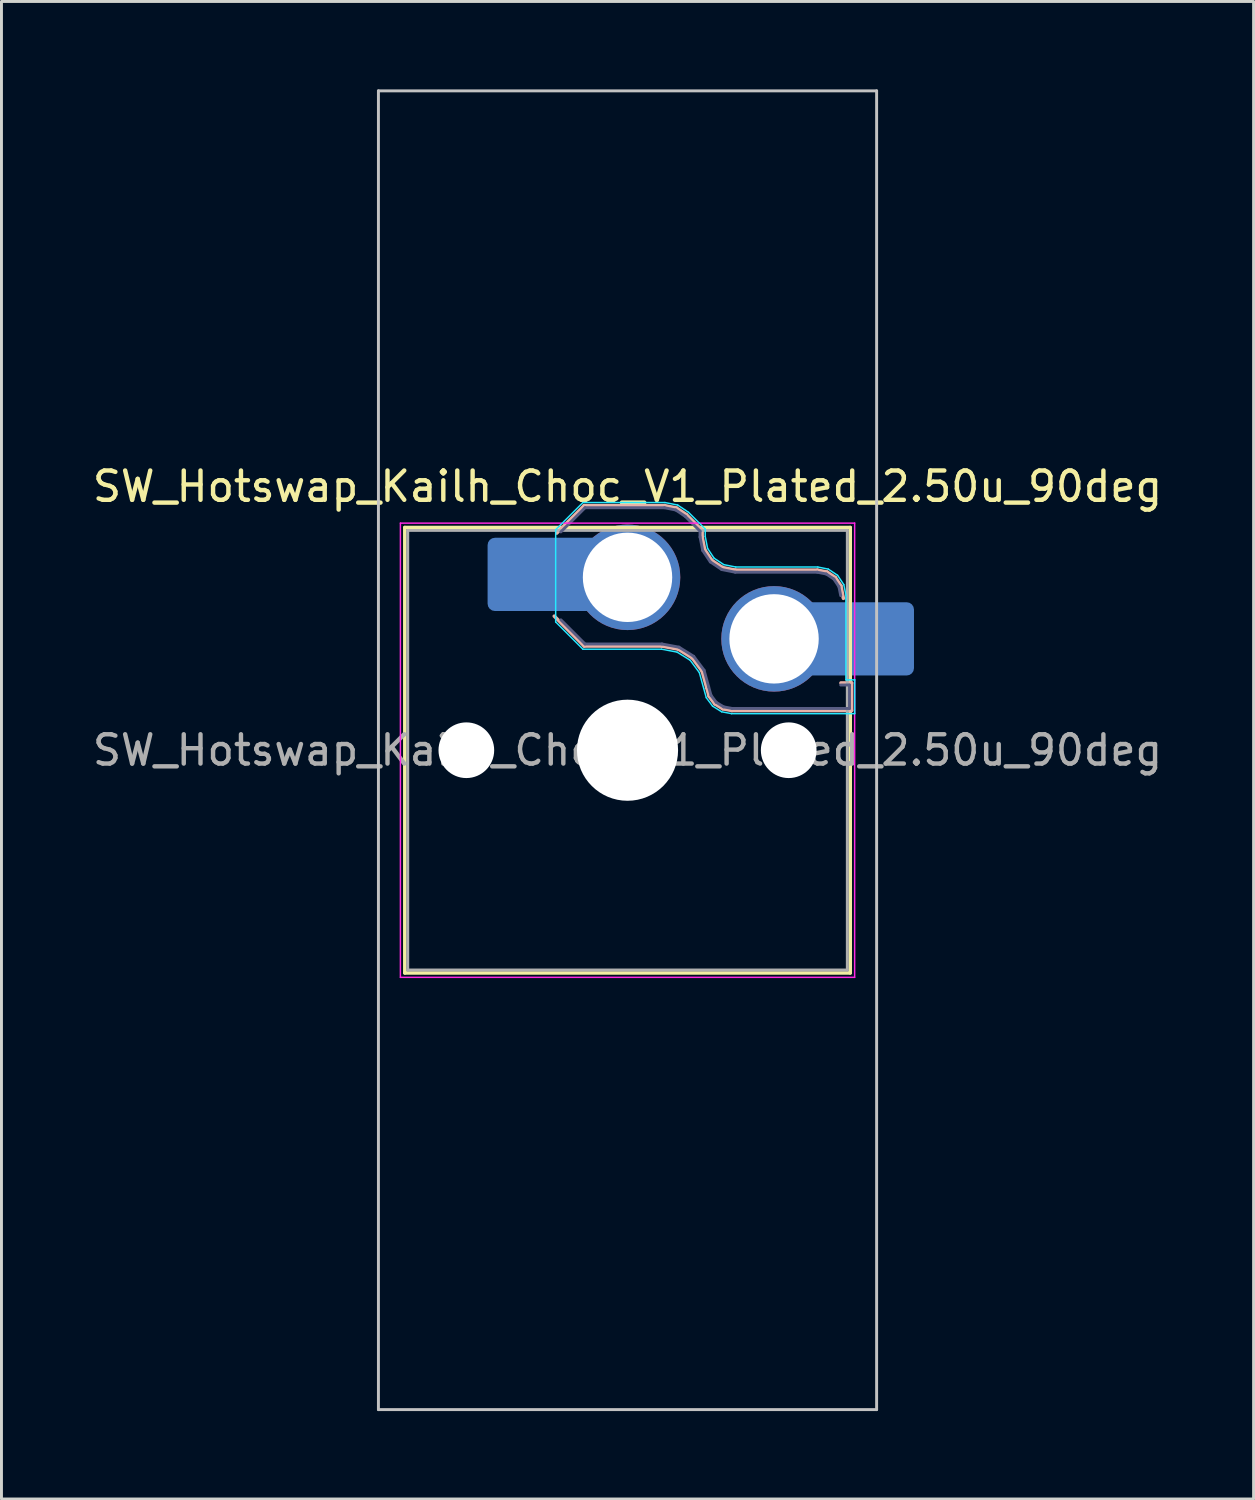
<source format=kicad_pcb>
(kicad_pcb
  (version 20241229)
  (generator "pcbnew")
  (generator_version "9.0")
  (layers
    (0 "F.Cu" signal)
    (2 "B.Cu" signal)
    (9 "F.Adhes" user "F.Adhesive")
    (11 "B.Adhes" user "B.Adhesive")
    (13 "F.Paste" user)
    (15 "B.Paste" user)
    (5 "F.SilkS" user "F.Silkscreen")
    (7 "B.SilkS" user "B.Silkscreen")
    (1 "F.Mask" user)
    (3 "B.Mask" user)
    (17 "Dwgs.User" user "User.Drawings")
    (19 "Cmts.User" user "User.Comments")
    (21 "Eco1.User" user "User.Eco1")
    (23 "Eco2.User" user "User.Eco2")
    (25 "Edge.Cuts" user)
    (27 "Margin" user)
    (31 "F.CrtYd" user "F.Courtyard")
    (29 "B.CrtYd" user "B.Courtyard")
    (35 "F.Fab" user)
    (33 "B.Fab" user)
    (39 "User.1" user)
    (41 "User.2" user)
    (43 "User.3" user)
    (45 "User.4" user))
  (footprint "SW_Hotswap_Kailh_Choc_V1_Plated_2.50u_90deg"
    (layer "F.Cu")
    (at 18.363 22.55)
    (property "Reference" "SW_Hotswap_Kailh_Choc_V1_Plated_2.50u_90deg" (at 0 -9 0) (layer "F.SilkS") (effects (font (size 1 1) (thickness 0.15))))
    (attr smd)
    (fp_line (start -7.6 -7.6) (end -7.6 7.6) (stroke (width 0.12) (type solid)) (layer "F.SilkS"))
    (fp_line (start -7.6 7.6) (end 7.6 7.6) (stroke (width 0.12) (type solid)) (layer "F.SilkS"))
    (fp_line (start 7.6 -7.6) (end -7.6 -7.6) (stroke (width 0.12) (type solid)) (layer "F.SilkS"))
    (fp_line (start 7.6 7.6) (end 7.6 -7.6) (stroke (width 0.12) (type solid)) (layer "F.SilkS"))
    (fp_line (start -2.416 -7.409) (end -1.479 -8.346) (stroke (width 0.12) (type solid)) (layer "B.SilkS"))
    (fp_line (start -1.479 -8.346) (end 1.268 -8.346) (stroke (width 0.12) (type solid)) (layer "B.SilkS"))
    (fp_line (start -1.479 -3.554) (end -2.5 -4.575) (stroke (width 0.12) (type solid)) (layer "B.SilkS"))
    (fp_line (start 1.168 -3.554) (end -1.479 -3.554) (stroke (width 0.12) (type solid)) (layer "B.SilkS"))
    (fp_line (start 1.268 -8.346) (end 1.671 -8.266) (stroke (width 0.12) (type solid)) (layer "B.SilkS"))
    (fp_line (start 1.671 -8.266) (end 2.013 -8.037) (stroke (width 0.12) (type solid)) (layer "B.SilkS"))
    (fp_line (start 1.73 -3.449) (end 1.168 -3.554) (stroke (width 0.12) (type solid)) (layer "B.SilkS"))
    (fp_line (start 2.013 -8.037) (end 2.546 -7.504) (stroke (width 0.12) (type solid)) (layer "B.SilkS"))
    (fp_line (start 2.209 -3.15) (end 1.73 -3.449) (stroke (width 0.12) (type solid)) (layer "B.SilkS"))
    (fp_line (start 2.546 -7.504) (end 2.546 -7.282) (stroke (width 0.12) (type solid)) (layer "B.SilkS"))
    (fp_line (start 2.546 -7.282) (end 2.633 -6.844) (stroke (width 0.12) (type solid)) (layer "B.SilkS"))
    (fp_line (start 2.547 -2.697) (end 2.209 -3.15) (stroke (width 0.12) (type solid)) (layer "B.SilkS"))
    (fp_line (start 2.633 -6.844) (end 2.877 -6.477) (stroke (width 0.12) (type solid)) (layer "B.SilkS"))
    (fp_line (start 2.701 -2.139) (end 2.547 -2.697) (stroke (width 0.12) (type solid)) (layer "B.SilkS"))
    (fp_line (start 2.783 -1.841) (end 2.701 -2.139) (stroke (width 0.12) (type solid)) (layer "B.SilkS"))
    (fp_line (start 2.877 -6.477) (end 3.244 -6.233) (stroke (width 0.12) (type solid)) (layer "B.SilkS"))
    (fp_line (start 2.976 -1.583) (end 2.783 -1.841) (stroke (width 0.12) (type solid)) (layer "B.SilkS"))
    (fp_line (start 3.244 -6.233) (end 3.682 -6.146) (stroke (width 0.12) (type solid)) (layer "B.SilkS"))
    (fp_line (start 3.25 -1.413) (end 2.976 -1.583) (stroke (width 0.12) (type solid)) (layer "B.SilkS"))
    (fp_line (start 3.56 -1.354) (end 3.25 -1.413) (stroke (width 0.12) (type solid)) (layer "B.SilkS"))
    (fp_line (start 3.682 -6.146) (end 6.482 -6.146) (stroke (width 0.12) (type solid)) (layer "B.SilkS"))
    (fp_line (start 6.482 -6.146) (end 6.809 -6.081) (stroke (width 0.12) (type solid)) (layer "B.SilkS"))
    (fp_line (start 6.809 -6.081) (end 7.092 -5.892) (stroke (width 0.12) (type solid)) (layer "B.SilkS"))
    (fp_line (start 7.092 -5.892) (end 7.281 -5.609) (stroke (width 0.12) (type solid)) (layer "B.SilkS"))
    (fp_line (start 7.281 -5.609) (end 7.366 -5.182) (stroke (width 0.12) (type solid)) (layer "B.SilkS"))
    (fp_line (start 7.283 -2.296) (end 7.646 -2.296) (stroke (width 0.12) (type solid)) (layer "B.SilkS"))
    (fp_line (start 7.646 -2.296) (end 7.646 -1.354) (stroke (width 0.12) (type solid)) (layer "B.SilkS"))
    (fp_line (start 7.646 -1.354) (end 3.56 -1.354) (stroke (width 0.12) (type solid)) (layer "B.SilkS"))
    (fp_line (start -8.5 -22.5) (end 8.5 -22.5) (stroke (width 0.1) (type solid)) (layer "Dwgs.User"))
    (fp_line (start -8.5 22.5) (end -8.5 -22.5) (stroke (width 0.1) (type solid)) (layer "Dwgs.User"))
    (fp_line (start 8.5 -22.5) (end 8.5 22.5) (stroke (width 0.1) (type solid)) (layer "Dwgs.User"))
    (fp_line (start 8.5 22.5) (end -8.5 22.5) (stroke (width 0.1) (type solid)) (layer "Dwgs.User"))
    (fp_line (start -7.25 -7.25) (end -7.25 7.25) (stroke (width 0.1) (type solid)) (layer "Eco1.User"))
    (fp_line (start -7.25 7.25) (end 7.25 7.25) (stroke (width 0.1) (type solid)) (layer "Eco1.User"))
    (fp_line (start 7.25 -7.25) (end -7.25 -7.25) (stroke (width 0.1) (type solid)) (layer "Eco1.User"))
    (fp_line (start 7.25 7.25) (end 7.25 -7.25) (stroke (width 0.1) (type solid)) (layer "Eco1.User"))
    (fp_line (start -2.452 -7.523) (end -1.523 -8.452) (stroke (width 0.05) (type solid)) (layer "B.CrtYd"))
    (fp_line (start -2.452 -4.377) (end -2.452 -7.523) (stroke (width 0.05) (type solid)) (layer "B.CrtYd"))
    (fp_line (start -1.523 -8.452) (end 1.278 -8.452) (stroke (width 0.05) (type solid)) (layer "B.CrtYd"))
    (fp_line (start -1.523 -3.448) (end -2.452 -4.377) (stroke (width 0.05) (type solid)) (layer "B.CrtYd"))
    (fp_line (start 1.159 -3.448) (end -1.523 -3.448) (stroke (width 0.05) (type solid)) (layer "B.CrtYd"))
    (fp_line (start 1.278 -8.452) (end 1.712 -8.366) (stroke (width 0.05) (type solid)) (layer "B.CrtYd"))
    (fp_line (start 1.691 -3.348) (end 1.159 -3.448) (stroke (width 0.05) (type solid)) (layer "B.CrtYd"))
    (fp_line (start 1.712 -8.366) (end 2.081 -8.119) (stroke (width 0.05) (type solid)) (layer "B.CrtYd"))
    (fp_line (start 2.081 -8.119) (end 2.652 -7.548) (stroke (width 0.05) (type solid)) (layer "B.CrtYd"))
    (fp_line (start 2.136 -3.071) (end 1.691 -3.348) (stroke (width 0.05) (type solid)) (layer "B.CrtYd"))
    (fp_line (start 2.45 -2.65) (end 2.136 -3.071) (stroke (width 0.05) (type solid)) (layer "B.CrtYd"))
    (fp_line (start 2.599 -2.111) (end 2.45 -2.65) (stroke (width 0.05) (type solid)) (layer "B.CrtYd"))
    (fp_line (start 2.652 -7.548) (end 2.652 -7.292) (stroke (width 0.05) (type solid)) (layer "B.CrtYd"))
    (fp_line (start 2.652 -7.292) (end 2.733 -6.885) (stroke (width 0.05) (type solid)) (layer "B.CrtYd"))
    (fp_line (start 2.687 -1.794) (end 2.599 -2.111) (stroke (width 0.05) (type solid)) (layer "B.CrtYd"))
    (fp_line (start 2.733 -6.885) (end 2.953 -6.553) (stroke (width 0.05) (type solid)) (layer "B.CrtYd"))
    (fp_line (start 2.903 -1.503) (end 2.687 -1.794) (stroke (width 0.05) (type solid)) (layer "B.CrtYd"))
    (fp_line (start 2.953 -6.553) (end 3.285 -6.333) (stroke (width 0.05) (type solid)) (layer "B.CrtYd"))
    (fp_line (start 3.211 -1.312) (end 2.903 -1.503) (stroke (width 0.05) (type solid)) (layer "B.CrtYd"))
    (fp_line (start 3.285 -6.333) (end 3.692 -6.252) (stroke (width 0.05) (type solid)) (layer "B.CrtYd"))
    (fp_line (start 3.55 -1.248) (end 3.211 -1.312) (stroke (width 0.05) (type solid)) (layer "B.CrtYd"))
    (fp_line (start 3.692 -6.252) (end 6.492 -6.252) (stroke (width 0.05) (type solid)) (layer "B.CrtYd"))
    (fp_line (start 6.492 -6.252) (end 6.85 -6.181) (stroke (width 0.05) (type solid)) (layer "B.CrtYd"))
    (fp_line (start 6.85 -6.181) (end 7.168 -5.968) (stroke (width 0.05) (type solid)) (layer "B.CrtYd"))
    (fp_line (start 7.168 -5.968) (end 7.381 -5.65) (stroke (width 0.05) (type solid)) (layer "B.CrtYd"))
    (fp_line (start 7.381 -5.65) (end 7.452 -5.292) (stroke (width 0.05) (type solid)) (layer "B.CrtYd"))
    (fp_line (start 7.452 -5.292) (end 7.452 -2.402) (stroke (width 0.05) (type solid)) (layer "B.CrtYd"))
    (fp_line (start 7.452 -2.402) (end 7.752 -2.402) (stroke (width 0.05) (type solid)) (layer "B.CrtYd"))
    (fp_line (start 7.752 -2.402) (end 7.752 -1.248) (stroke (width 0.05) (type solid)) (layer "B.CrtYd"))
    (fp_line (start 7.752 -1.248) (end 3.55 -1.248) (stroke (width 0.05) (type solid)) (layer "B.CrtYd"))
    (fp_line (start -7.75 -7.75) (end -7.75 7.75) (stroke (width 0.05) (type solid)) (layer "F.CrtYd"))
    (fp_line (start -7.75 7.75) (end 7.75 7.75) (stroke (width 0.05) (type solid)) (layer "F.CrtYd"))
    (fp_line (start 7.75 -7.75) (end -7.75 -7.75) (stroke (width 0.05) (type solid)) (layer "F.CrtYd"))
    (fp_line (start 7.75 7.75) (end 7.75 -7.75) (stroke (width 0.05) (type solid)) (layer "F.CrtYd"))
    (fp_line (start -2.275 -7.45) (end -1.45 -8.275) (stroke (width 0.1) (type solid)) (layer "B.Fab"))
    (fp_line (start -1.45 -8.275) (end 1.261 -8.275) (stroke (width 0.1) (type solid)) (layer "B.Fab"))
    (fp_line (start -1.45 -3.625) (end -2.275 -4.45) (stroke (width 0.1) (type solid)) (layer "B.Fab"))
    (fp_line (start 1.175 -3.625) (end -1.45 -3.625) (stroke (width 0.1) (type solid)) (layer "B.Fab"))
    (fp_line (start 1.261 -8.275) (end 1.643 -8.199) (stroke (width 0.1) (type solid)) (layer "B.Fab"))
    (fp_line (start 1.643 -8.199) (end 1.968 -7.982) (stroke (width 0.1) (type solid)) (layer "B.Fab"))
    (fp_line (start 1.756 -3.516) (end 1.175 -3.625) (stroke (width 0.1) (type solid)) (layer "B.Fab"))
    (fp_line (start 1.968 -7.982) (end 2.475 -7.475) (stroke (width 0.1) (type solid)) (layer "B.Fab"))
    (fp_line (start 2.258 -3.203) (end 1.756 -3.516) (stroke (width 0.1) (type solid)) (layer "B.Fab"))
    (fp_line (start 2.475 -7.475) (end 2.475 -7.275) (stroke (width 0.1) (type solid)) (layer "B.Fab"))
    (fp_line (start 2.475 -7.275) (end 2.566 -6.816) (stroke (width 0.1) (type solid)) (layer "B.Fab"))
    (fp_line (start 2.566 -6.816) (end 2.826 -6.426) (stroke (width 0.1) (type solid)) (layer "B.Fab"))
    (fp_line (start 2.612 -2.729) (end 2.258 -3.203) (stroke (width 0.1) (type solid)) (layer "B.Fab"))
    (fp_line (start 2.769 -2.158) (end 2.612 -2.729) (stroke (width 0.1) (type solid)) (layer "B.Fab"))
    (fp_line (start 2.826 -6.426) (end 3.216 -6.166) (stroke (width 0.1) (type solid)) (layer "B.Fab"))
    (fp_line (start 2.848 -1.873) (end 2.769 -2.158) (stroke (width 0.1) (type solid)) (layer "B.Fab"))
    (fp_line (start 3.025 -1.636) (end 2.848 -1.873) (stroke (width 0.1) (type solid)) (layer "B.Fab"))
    (fp_line (start 3.216 -6.166) (end 3.675 -6.075) (stroke (width 0.1) (type solid)) (layer "B.Fab"))
    (fp_line (start 3.276 -1.48) (end 3.025 -1.636) (stroke (width 0.1) (type solid)) (layer "B.Fab"))
    (fp_line (start 3.567 -1.425) (end 3.276 -1.48) (stroke (width 0.1) (type solid)) (layer "B.Fab"))
    (fp_line (start 3.675 -6.075) (end 6.475 -6.075) (stroke (width 0.1) (type solid)) (layer "B.Fab"))
    (fp_line (start 6.475 -6.075) (end 6.781 -6.014) (stroke (width 0.1) (type solid)) (layer "B.Fab"))
    (fp_line (start 6.781 -6.014) (end 7.041 -5.841) (stroke (width 0.1) (type solid)) (layer "B.Fab"))
    (fp_line (start 7.041 -5.841) (end 7.214 -5.581) (stroke (width 0.1) (type solid)) (layer "B.Fab"))
    (fp_line (start 7.214 -5.581) (end 7.275 -5.275) (stroke (width 0.1) (type solid)) (layer "B.Fab"))
    (fp_line (start 7.275 -2.225) (end 7.575 -2.225) (stroke (width 0.1) (type solid)) (layer "B.Fab"))
    (fp_line (start 7.575 -2.225) (end 7.575 -1.425) (stroke (width 0.1) (type solid)) (layer "B.Fab"))
    (fp_line (start 7.575 -1.425) (end 3.567 -1.425) (stroke (width 0.1) (type solid)) (layer "B.Fab"))
    (fp_line (start -7.5 -7.5) (end -7.5 7.5) (stroke (width 0.1) (type solid)) (layer "F.Fab"))
    (fp_line (start -7.5 7.5) (end 7.5 7.5) (stroke (width 0.1) (type solid)) (layer "F.Fab"))
    (fp_line (start 7.5 -7.5) (end -7.5 -7.5) (stroke (width 0.1) (type solid)) (layer "F.Fab"))
    (fp_line (start 7.5 7.5) (end 7.5 -7.5) (stroke (width 0.1) (type solid)) (layer "F.Fab"))
    (fp_text user "${REFERENCE}" (at 0 0 0) (layer "F.Fab") (effects (font (size 1 1) (thickness 0.15))))
    (pad "" np_thru_hole circle (at -5.5 0) (size 1.9 1.9) (drill 1.9) (layers "*.Cu" "*.Mask"))
    (pad "" smd roundrect (at -3.5 -6) (size 2.55 2.5) (layers "B.Mask" "B.Paste") (roundrect_rratio 0.1))
    (pad "" np_thru_hole circle (at 0 0) (size 3.45 3.45) (drill 3.45) (layers "*.Cu" "*.Mask"))
    (pad "" np_thru_hole circle (at 5.5 0) (size 1.9 1.9) (drill 1.9) (layers "*.Cu" "*.Mask"))
    (pad "" smd roundrect (at 8.5 -3.8) (size 2.55 2.5) (layers "B.Mask" "B.Paste") (roundrect_rratio 0.1))
    (pad "1" smd roundrect (at -2.85 -6) (size 3.85 2.5) (layers "B.Cu") (roundrect_rratio 0.1))
    (pad "1" thru_hole circle (at 0 -5.9) (size 3.6 3.6) (drill 3.05) (layers "*.Cu" "*.Mask"))
    (pad "2" thru_hole circle (at 5 -3.8) (size 3.6 3.6) (drill 3.05) (layers "*.Cu" "*.Mask"))
    (pad "2" smd roundrect (at 7.85 -3.8) (size 3.85 2.5) (layers "B.Cu") (roundrect_rratio 0.1)))
  (gr_rect
    (start -3 -3)
    (end 39.726 48.1)
    (stroke (width 0.1) (type default))
    (fill no)
    (layer "Edge.Cuts")))
</source>
